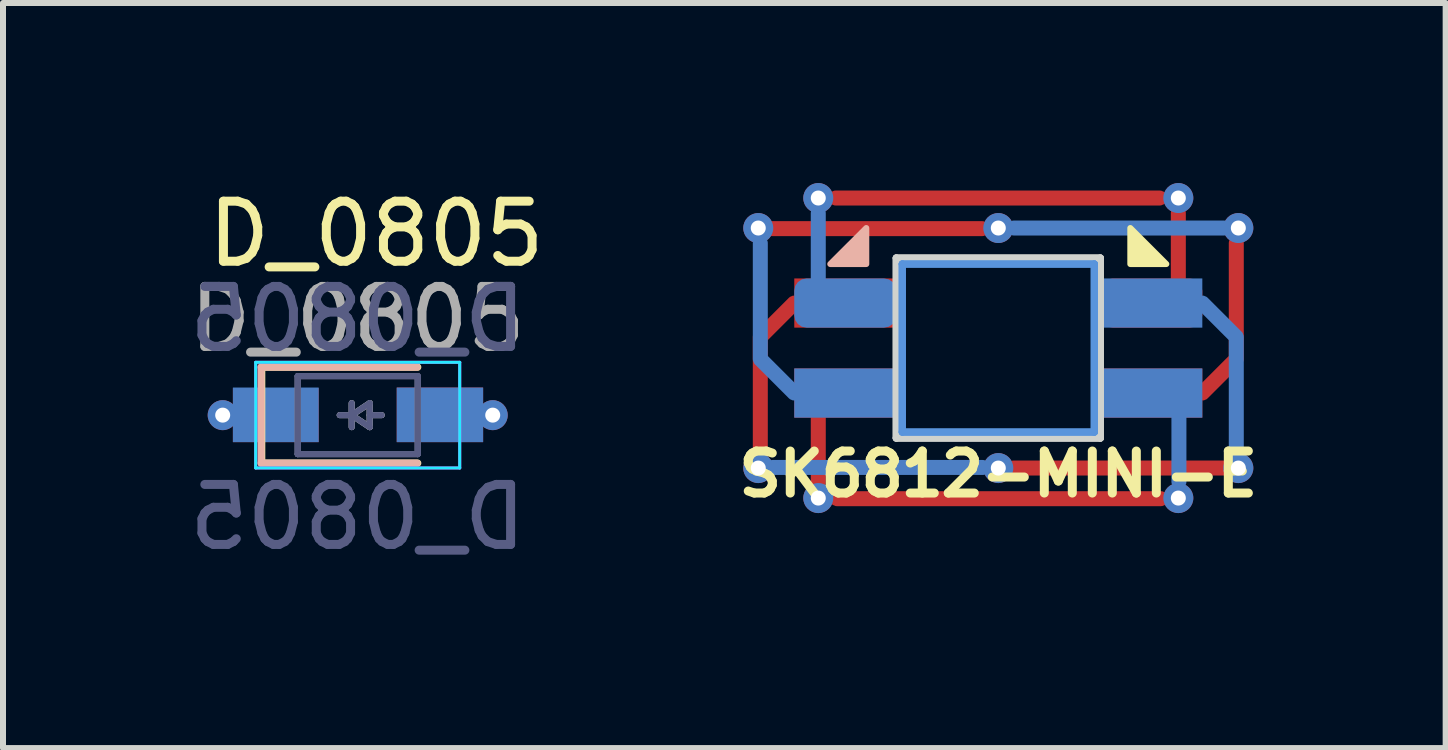
<source format=kicad_pcb>
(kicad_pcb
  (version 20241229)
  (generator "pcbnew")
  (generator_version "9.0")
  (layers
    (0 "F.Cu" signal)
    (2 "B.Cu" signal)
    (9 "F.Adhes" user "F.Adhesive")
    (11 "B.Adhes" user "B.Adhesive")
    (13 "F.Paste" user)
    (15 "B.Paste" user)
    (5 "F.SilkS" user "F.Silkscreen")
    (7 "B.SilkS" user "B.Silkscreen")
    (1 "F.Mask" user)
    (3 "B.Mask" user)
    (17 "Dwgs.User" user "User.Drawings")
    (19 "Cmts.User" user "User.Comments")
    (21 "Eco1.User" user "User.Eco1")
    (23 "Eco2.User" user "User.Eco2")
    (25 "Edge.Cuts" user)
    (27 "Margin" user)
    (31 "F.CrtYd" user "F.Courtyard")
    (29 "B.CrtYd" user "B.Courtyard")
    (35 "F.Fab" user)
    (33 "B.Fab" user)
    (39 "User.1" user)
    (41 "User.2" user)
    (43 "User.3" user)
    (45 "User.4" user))
  (footprint "D_0805"
    (layer "F.Cu")
    (at 2.911 3.868)
    (property "Reference" "D_0805" (at 0.31 -3.02 0) (layer "F.SilkS") (effects (font (size 1 1) (thickness 0.15))))
    (property "Value" "D_0805" (at 0 1.7 0) (layer "F.Fab") (hide yes) (effects (font (size 1 1) (thickness 0.15))))
    (attr smd)
    (fp_line (start -1.6 -0.8) (end -1.6 0.8) (stroke (width 0.12) (type solid)) (layer "F.SilkS"))
    (fp_line (start -1.6 -0.8) (end 1 -0.8) (stroke (width 0.12) (type solid)) (layer "F.SilkS"))
    (fp_line (start -1.6 0.8) (end 1 0.8) (stroke (width 0.12) (type solid)) (layer "F.SilkS"))
    (fp_line (start -1.61 -0.8) (end 0.99 -0.8) (stroke (width 0.12) (type solid)) (layer "B.SilkS"))
    (fp_line (start -1.61 0.8) (end -1.61 -0.8) (stroke (width 0.12) (type solid)) (layer "B.SilkS"))
    (fp_line (start -1.61 0.8) (end 0.99 0.8) (stroke (width 0.12) (type solid)) (layer "B.SilkS"))
    (fp_line (start -1.7 -0.88) (end -1.7 0.88) (stroke (width 0.05) (type solid)) (layer "B.CrtYd"))
    (fp_line (start -1.7 0.88) (end 1.7 0.88) (stroke (width 0.05) (type solid)) (layer "B.CrtYd"))
    (fp_line (start 1.7 -0.88) (end -1.7 -0.88) (stroke (width 0.05) (type solid)) (layer "B.CrtYd"))
    (fp_line (start 1.7 0.88) (end 1.7 -0.88) (stroke (width 0.05) (type solid)) (layer "B.CrtYd"))
    (fp_line (start -1.7 -0.88) (end 1.7 -0.88) (stroke (width 0.05) (type solid)) (layer "F.CrtYd"))
    (fp_line (start -1.7 0.88) (end -1.7 -0.88) (stroke (width 0.05) (type solid)) (layer "F.CrtYd"))
    (fp_line (start 1.7 -0.88) (end 1.7 0.88) (stroke (width 0.05) (type solid)) (layer "F.CrtYd"))
    (fp_line (start 1.7 0.88) (end -1.7 0.88) (stroke (width 0.05) (type solid)) (layer "F.CrtYd"))
    (fp_line (start -1 -0.65) (end -1 0.65) (stroke (width 0.1) (type solid)) (layer "B.Fab"))
    (fp_line (start -1 -0.65) (end 1 -0.65) (stroke (width 0.1) (type solid)) (layer "B.Fab"))
    (fp_line (start -1 0.65) (end -1 -0.65) (stroke (width 0.1) (type solid)) (layer "B.Fab"))
    (fp_line (start -1 0.65) (end 1 0.65) (stroke (width 0.1) (type solid)) (layer "B.Fab"))
    (fp_line (start -0.1 -0.2) (end -0.1 0.2) (stroke (width 0.1) (type solid)) (layer "B.Fab"))
    (fp_line (start -0.1 0) (end -0.3 0) (stroke (width 0.1) (type solid)) (layer "B.Fab"))
    (fp_line (start -0.1 0) (end 0.2 0.2) (stroke (width 0.1) (type solid)) (layer "B.Fab"))
    (fp_line (start 0.2 -0.2) (end -0.1 0) (stroke (width 0.1) (type solid)) (layer "B.Fab"))
    (fp_line (start 0.2 0) (end 0.4 0) (stroke (width 0.1) (type solid)) (layer "B.Fab"))
    (fp_line (start 0.2 0.2) (end 0.2 -0.2) (stroke (width 0.1) (type solid)) (layer "B.Fab"))
    (fp_line (start 1 -0.65) (end -1 -0.65) (stroke (width 0.1) (type solid)) (layer "B.Fab"))
    (fp_line (start 1 -0.65) (end 1 0.65) (stroke (width 0.1) (type solid)) (layer "B.Fab"))
    (fp_line (start 1 0.65) (end -1 0.65) (stroke (width 0.1) (type solid)) (layer "B.Fab"))
    (fp_line (start 1 0.65) (end 1 -0.65) (stroke (width 0.1) (type solid)) (layer "B.Fab"))
    (fp_line (start -1 -0.65) (end 1 -0.65) (stroke (width 0.1) (type solid)) (layer "F.Fab"))
    (fp_line (start -1 0.65) (end -1 -0.65) (stroke (width 0.1) (type solid)) (layer "F.Fab"))
    (fp_line (start -0.1 -0.2) (end -0.1 0.2) (stroke (width 0.1) (type solid)) (layer "F.Fab"))
    (fp_line (start -0.1 -0.2) (end -0.1 0.2) (stroke (width 0.1) (type solid)) (layer "F.Fab"))
    (fp_line (start -0.1 0) (end -0.3 0) (stroke (width 0.1) (type solid)) (layer "F.Fab"))
    (fp_line (start -0.1 0) (end -0.3 0) (stroke (width 0.1) (type solid)) (layer "F.Fab"))
    (fp_line (start -0.1 0) (end 0.2 0.2) (stroke (width 0.1) (type solid)) (layer "F.Fab"))
    (fp_line (start -0.1 0) (end 0.2 0.2) (stroke (width 0.1) (type solid)) (layer "F.Fab"))
    (fp_line (start 0.2 -0.2) (end -0.1 0) (stroke (width 0.1) (type solid)) (layer "F.Fab"))
    (fp_line (start 0.2 -0.2) (end -0.1 0) (stroke (width 0.1) (type solid)) (layer "F.Fab"))
    (fp_line (start 0.2 0) (end 0.4 0) (stroke (width 0.1) (type solid)) (layer "F.Fab"))
    (fp_line (start 0.2 0) (end 0.4 0) (stroke (width 0.1) (type solid)) (layer "F.Fab"))
    (fp_line (start 0.2 0.2) (end 0.2 -0.2) (stroke (width 0.1) (type solid)) (layer "F.Fab"))
    (fp_line (start 0.2 0.2) (end 0.2 -0.2) (stroke (width 0.1) (type solid)) (layer "F.Fab"))
    (fp_line (start 1 -0.65) (end 1 0.65) (stroke (width 0.1) (type solid)) (layer "F.Fab"))
    (fp_line (start 1 0.65) (end -1 0.65) (stroke (width 0.1) (type solid)) (layer "F.Fab"))
    (fp_text user "${REFERENCE}" (at 0 -1.6 0) (layer "B.Fab") (effects (font (size 1 1) (thickness 0.15)) (justify mirror)))
    (fp_text user "${VALUE}" (at 0 1.7 0) (layer "B.Fab") (effects (font (size 1 1) (thickness 0.15)) (justify mirror)))
    (fp_text user "${REFERENCE}" (at 0 -1.6 0) (layer "F.Fab") (effects (font (size 1 1) (thickness 0.15))))
    (pad "1" thru_hole circle (at -2.25 0) (size 0.5 0.5) (drill 0.25) (layers "*.Cu" "*.Mask"))
    (pad "1" smd rect (at -1.365 -0.005) (size 1.43 0.91) (layers "B.Cu" "B.Mask" "B.Paste"))
    (pad "1" smd rect (at -1.365 -0.000004) (size 1.43 0.9) (layers "F.Cu" "F.Mask" "F.Paste"))
    (pad "2" smd rect (at 1.37 -0.005) (size 1.44 0.91) (layers "F.Cu" "F.Mask" "F.Paste"))
    (pad "2" smd rect (at 1.37 -0.005) (size 1.44 0.91) (layers "B.Cu" "B.Mask" "B.Paste"))
    (pad "2" thru_hole circle (at 2.25 0) (size 0.5 0.5) (drill 0.25) (layers "*.Cu" "*.Mask")))
  (footprint "SK6812-MINI-E"
    (layer "F.Cu")
    (at 13.586 2.75)
    (property "Reference" "SK6812-MINI-E" (at 0 2.1 0) (unlocked yes) (layer "F.SilkS") (effects (font (size 0.7 0.7) (thickness 0.15))))
    (attr through_hole)
    (fp_poly (pts (xy 2.8 -1.4) (xy 2.2 -1.4) (xy 2.2 -2)) (stroke (width 0.1) (type solid)) (fill yes) (layer "F.SilkS"))
    (fp_poly (pts (xy -2.8 -1.4) (xy -2.2 -1.4) (xy -2.2 -2)) (stroke (width 0.1) (type solid)) (fill yes) (layer "B.SilkS"))
    (fp_line (start -1.6 -1.4) (end -1.6 1.4) (stroke (width 0.12) (type solid)) (layer "Cmts.User"))
    (fp_line (start -1.6 -1.4) (end 1.6 -1.4) (stroke (width 0.12) (type solid)) (layer "Cmts.User"))
    (fp_line (start -1.6 1.4) (end -1.6 -1.4) (stroke (width 0.12) (type solid)) (layer "Cmts.User"))
    (fp_line (start -1.6 1.4) (end 1.6 1.4) (stroke (width 0.12) (type solid)) (layer "Cmts.User"))
    (fp_line (start 1.6 -1.4) (end -1.6 -1.4) (stroke (width 0.12) (type solid)) (layer "Cmts.User"))
    (fp_line (start 1.6 -1.4) (end 1.6 1.4) (stroke (width 0.12) (type solid)) (layer "Cmts.User"))
    (fp_line (start 1.6 1.4) (end -1.6 1.4) (stroke (width 0.12) (type solid)) (layer "Cmts.User"))
    (fp_line (start 1.6 1.4) (end 1.6 -1.4) (stroke (width 0.12) (type solid)) (layer "Cmts.User"))
    (fp_line (start -1.7 -1.5) (end -1.7 1.5) (stroke (width 0.12) (type solid)) (layer "Edge.Cuts"))
    (fp_line (start -1.7 -1.5) (end 1.7 -1.5) (stroke (width 0.12) (type solid)) (layer "Edge.Cuts"))
    (fp_line (start -1.7 1.5) (end -1.7 -1.5) (stroke (width 0.12) (type solid)) (layer "Edge.Cuts"))
    (fp_line (start -1.7 1.5) (end 1.7 1.5) (stroke (width 0.12) (type solid)) (layer "Edge.Cuts"))
    (fp_line (start 1.7 -1.5) (end -1.7 -1.5) (stroke (width 0.12) (type solid)) (layer "Edge.Cuts"))
    (fp_line (start 1.7 -1.5) (end 1.7 1.5) (stroke (width 0.12) (type solid)) (layer "Edge.Cuts"))
    (fp_line (start 1.7 1.5) (end -1.7 1.5) (stroke (width 0.12) (type solid)) (layer "Edge.Cuts"))
    (fp_line (start 1.7 1.5) (end 1.7 -1.5) (stroke (width 0.12) (type solid)) (layer "Edge.Cuts"))
    (pad "1" smd custom (at -3 0.74) (size 0.25 0.25) (layers "F.Cu") (options (anchor circle)) (primitives (gr_line (start 0 0) (end 0 1.5) (width 0.25))))
    (pad "1" thru_hole circle (at -3 2.5) (size 0.5 0.5) (drill 0.25) (layers "*.Cu" "*.Mask"))
    (pad "1" smd rect (at -2.55 0.75) (size 1.7 0.82) (layers "F.Cu" "F.Mask" "F.Paste"))
    (pad "1" smd custom (at 0.01 2.51) (size 0.25 0.25) (layers "F.Cu") (options (anchor circle)) (primitives (gr_line (start -2.7 0) (end 2.7 0) (width 0.25))))
    (pad "1" smd rect (at 2.55 0.75) (size 1.7 0.82) (layers "B.Cu" "B.Mask" "B.Paste"))
    (pad "1" thru_hole circle (at 3 2.5) (size 0.5 0.5) (drill 0.25) (layers "*.Cu" "*.Mask"))
    (pad "1" smd custom (at 3.01 0.73) (size 0.25 0.25) (layers "B.Cu") (options (anchor circle)) (primitives (gr_line (start 0 1.5) (end 0 0) (width 0.25))))
    (pad "2" thru_hole circle (at -4 2) (size 0.5 0.5) (drill 0.25) (layers "*.Cu" "*.Mask"))
    (pad "2" smd custom (at -3.4 -0.75 180) (size 0.25 0.25) (layers "F.Cu") (options (anchor circle)) (primitives (gr_line (start 0 0) (end 0.566 -0.566) (width 0.25)) (gr_line (start 0.566 -0.566) (end 0.566 -2.5) (width 0.25))))
    (pad "2" smd rect (at -2.55 -0.75) (size 1.7 0.82) (layers "F.Cu" "F.Mask" "F.Paste"))
    (pad "2" smd custom (at -2.01 1.99) (size 0.25 0.25) (layers "B.Cu") (options (anchor circle)) (primitives (gr_line (start -1.75 0) (end 1.75 0) (width 0.25))))
    (pad "2" thru_hole circle (at 0 2) (size 0.5 0.5) (drill 0.25) (layers "*.Cu" "*.Mask"))
    (pad "2" smd custom (at 2 2) (size 0.25 0.25) (layers "F.Cu") (options (anchor circle)) (primitives (gr_line (start -1.75 0) (end 1.75 0) (width 0.25))))
    (pad "2" smd rect (at 2.55 -0.75) (size 1.7 0.82) (layers "B.Cu" "B.Mask" "B.Paste"))
    (pad "2" smd custom (at 3.4 -0.75 180) (size 0.25 0.25) (layers "B.Cu") (options (anchor circle)) (primitives (gr_line (start -0.566 -0.566) (end 0 0) (width 0.25)) (gr_line (start -0.566 -2.5) (end -0.566 -0.566) (width 0.25))))
    (pad "2" thru_hole circle (at 4 2) (size 0.5 0.5) (drill 0.25) (layers "*.Cu" "*.Mask"))
    (pad "3" thru_hole circle (at -3 -2.5) (size 0.5 0.5) (drill 0.25) (layers "*.Cu" "*.Mask"))
    (pad "3" smd custom (at -3 -2.25) (size 0.25 0.25) (layers "B.Cu") (options (anchor circle)) (primitives (gr_line (start 0 1.5) (end 0 0) (width 0.25))))
    (pad "3" smd roundrect (at -2.55 -0.75) (size 1.7 0.82) (layers "B.Cu" "B.Mask" "B.Paste") (roundrect_rratio 0.25))
    (pad "3" smd custom (at -0.01 -2.5) (size 0.25 0.25) (layers "F.Cu") (options (anchor circle)) (primitives (gr_line (start -2.7 0) (end 2.7 0) (width 0.25))))
    (pad "3" smd roundrect (at 2.55 -0.75) (size 1.7 0.82) (layers "F.Cu" "F.Mask" "F.Paste") (roundrect_rratio 0.25))
    (pad "3" thru_hole circle (at 3 -2.5) (size 0.5 0.5) (drill 0.25) (layers "*.Cu" "*.Mask"))
    (pad "3" smd custom (at 3 -2.25) (size 0.25 0.25) (layers "F.Cu") (options (anchor circle)) (primitives (gr_line (start 0 0) (end 0 1.5) (width 0.25))))
    (pad "4" thru_hole circle (at -4 -2) (size 0.5 0.5) (drill 0.25) (layers "*.Cu" "*.Mask"))
    (pad "4" smd custom (at -3.4 0.75) (size 0.25 0.25) (layers "B.Cu") (options (anchor circle)) (primitives (gr_line (start -0.566 -0.566) (end 0 0) (width 0.25)) (gr_line (start -0.566 -2.5) (end -0.566 -0.566) (width 0.25))))
    (pad "4" smd rect (at -2.55 0.75) (size 1.7 0.82) (layers "B.Cu" "B.Mask" "B.Paste"))
    (pad "4" smd custom (at -2.02 -1.99) (size 0.25 0.25) (layers "F.Cu") (options (anchor circle)) (primitives (gr_line (start -1.75 0) (end 1.75 0) (width 0.25))))
    (pad "4" thru_hole circle (at 0 -2) (size 0.5 0.5) (drill 0.25) (layers "*.Cu" "*.Mask"))
    (pad "4" smd custom (at 2.01 -2) (size 0.25 0.25) (layers "B.Cu") (options (anchor circle)) (primitives (gr_line (start -1.75 0) (end 1.75 0) (width 0.25))))
    (pad "4" smd rect (at 2.55 0.75) (size 1.7 0.82) (layers "F.Cu" "F.Mask" "F.Paste"))
    (pad "4" smd custom (at 3.4 0.75) (size 0.25 0.25) (layers "F.Cu") (options (anchor circle)) (primitives (gr_line (start 0 0) (end 0.566 -0.566) (width 0.25)) (gr_line (start 0.566 -0.566) (end 0.566 -2.5) (width 0.25))))
    (pad "4" thru_hole circle (at 4 -2) (size 0.5 0.5) (drill 0.25) (layers "*.Cu" "*.Mask")))
  (gr_rect
    (start -3 -3)
    (end 21.041 9.416)
    (stroke (width 0.1) (type default))
    (fill no)
    (layer "Edge.Cuts")))
</source>
